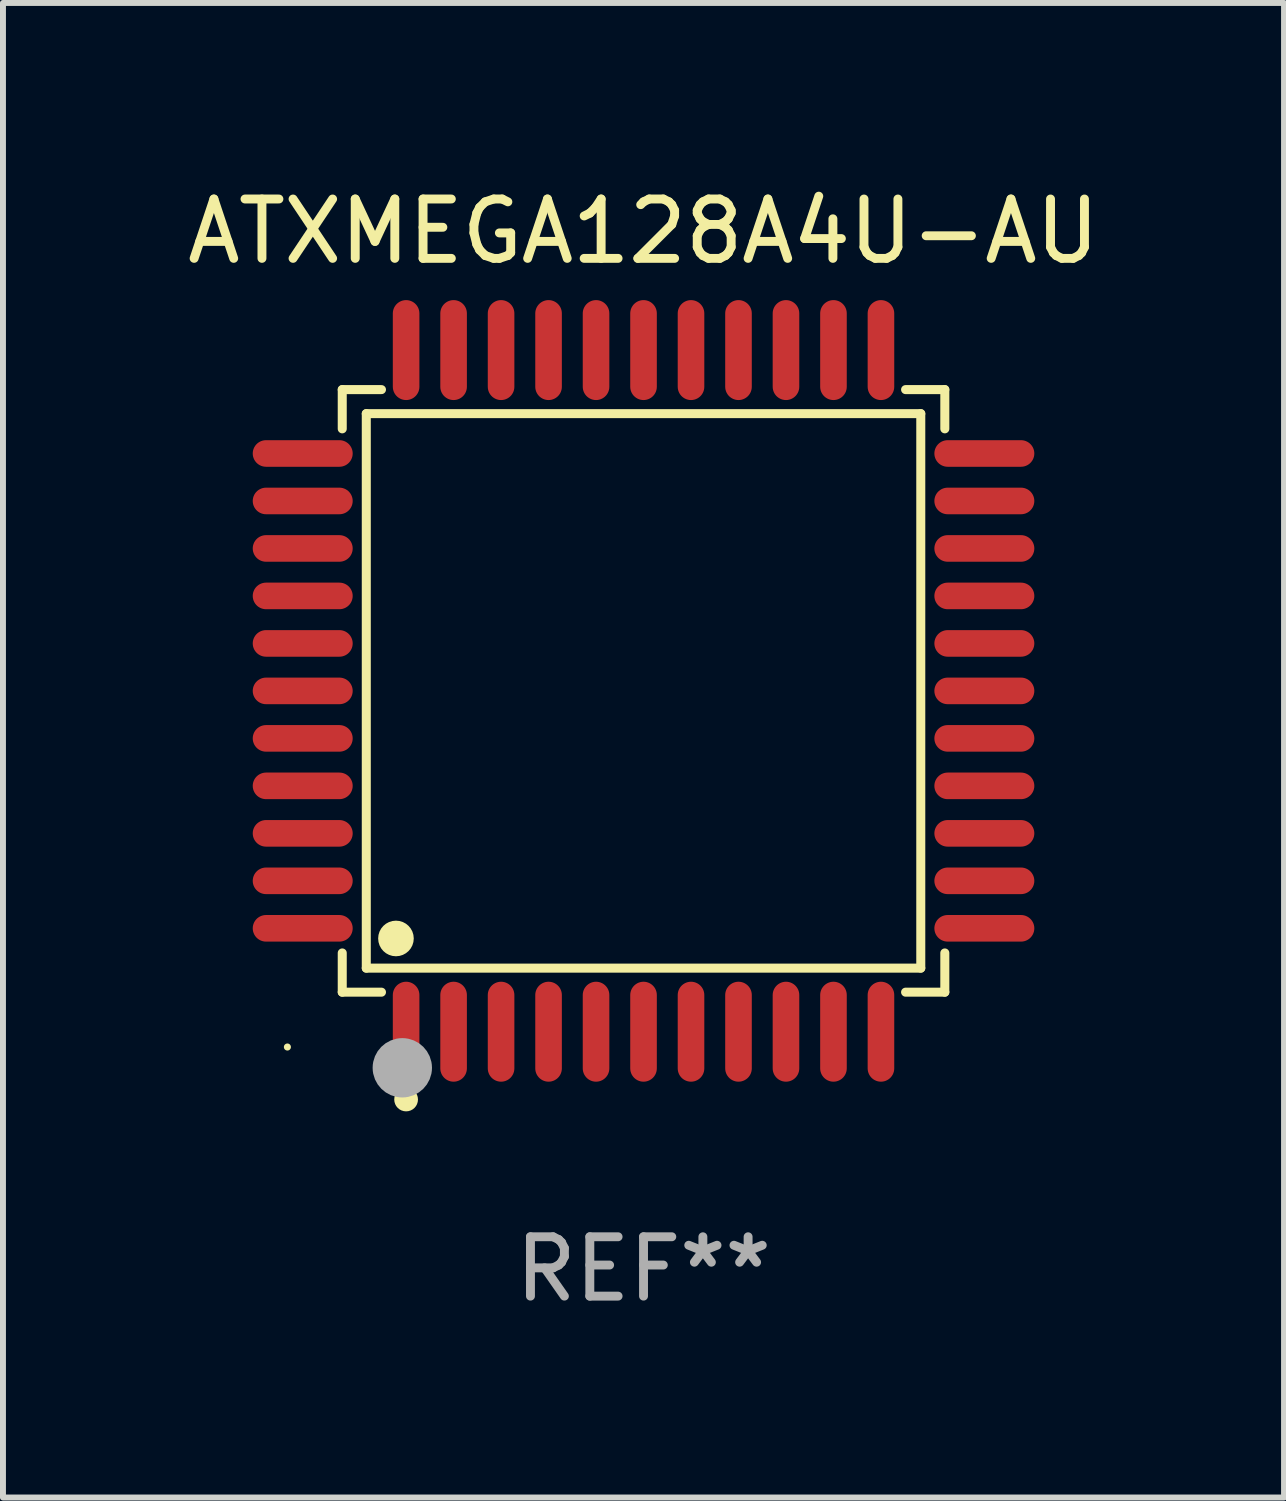
<source format=kicad_pcb>
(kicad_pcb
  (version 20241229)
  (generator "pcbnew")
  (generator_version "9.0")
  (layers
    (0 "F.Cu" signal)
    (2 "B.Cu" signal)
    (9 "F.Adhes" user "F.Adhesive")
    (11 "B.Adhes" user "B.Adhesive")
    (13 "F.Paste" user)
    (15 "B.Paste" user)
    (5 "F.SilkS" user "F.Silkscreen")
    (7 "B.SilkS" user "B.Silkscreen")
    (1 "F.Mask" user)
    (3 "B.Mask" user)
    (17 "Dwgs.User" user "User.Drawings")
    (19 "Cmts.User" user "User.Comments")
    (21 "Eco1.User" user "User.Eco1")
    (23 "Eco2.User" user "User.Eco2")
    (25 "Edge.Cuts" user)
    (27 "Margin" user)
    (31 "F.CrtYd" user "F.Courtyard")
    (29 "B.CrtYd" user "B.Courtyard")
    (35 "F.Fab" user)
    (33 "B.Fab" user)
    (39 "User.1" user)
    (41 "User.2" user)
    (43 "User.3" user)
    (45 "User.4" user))
  (footprint "ATXMEGA128A4U-AU"
    (layer "F.Cu")
    (at 7.792 8.59)
    (property "Reference" "ATXMEGA128A4U-AU" (at 0 -7.742 0) (layer "F.SilkS") (effects (font (size 1 1) (thickness 0.15))))
    (attr through_hole)
    (fp_line (start -5.076 -5.076) (end -4.415 -5.076) (stroke (width 0.152) (type solid)) (layer "F.SilkS"))
    (fp_line (start -5.076 -4.415) (end -5.076 -5.076) (stroke (width 0.152) (type solid)) (layer "F.SilkS"))
    (fp_line (start -5.076 4.415) (end -5.076 5.076) (stroke (width 0.152) (type solid)) (layer "F.SilkS"))
    (fp_line (start -5.076 5.076) (end -4.415 5.076) (stroke (width 0.152) (type solid)) (layer "F.SilkS"))
    (fp_line (start -4.671 -4.671) (end 4.671 -4.671) (stroke (width 0.152) (type solid)) (layer "F.SilkS"))
    (fp_line (start -4.671 4.671) (end -4.671 -4.671) (stroke (width 0.152) (type solid)) (layer "F.SilkS"))
    (fp_line (start 4.671 -4.671) (end 4.671 4.671) (stroke (width 0.152) (type solid)) (layer "F.SilkS"))
    (fp_line (start 4.671 4.671) (end -4.671 4.671) (stroke (width 0.152) (type solid)) (layer "F.SilkS"))
    (fp_line (start 5.076 -5.076) (end 4.415 -5.076) (stroke (width 0.152) (type solid)) (layer "F.SilkS"))
    (fp_line (start 5.076 -4.415) (end 5.076 -5.076) (stroke (width 0.152) (type solid)) (layer "F.SilkS"))
    (fp_line (start 5.076 4.415) (end 5.076 5.076) (stroke (width 0.152) (type solid)) (layer "F.SilkS"))
    (fp_line (start 5.076 5.076) (end 4.415 5.076) (stroke (width 0.152) (type solid)) (layer "F.SilkS"))
    (fp_circle (center -6 6) (end -5.97 6) (stroke (width 0.06) (type solid)) (fill no) (layer "F.SilkS"))
    (fp_circle (center -4.171 4.171) (end -4.021 4.171) (stroke (width 0.3) (type solid)) (fill no) (layer "F.SilkS"))
    (fp_circle (center -4 6.884) (end -3.9 6.884) (stroke (width 0.2) (type solid)) (fill no) (layer "F.SilkS"))
    (fp_circle (center -4.064 6.35) (end -3.814 6.35) (stroke (width 0.5) (type solid)) (fill no) (layer "F.Fab"))
    (fp_text user "REF**" (at 0 9.742 0) (layer "F.Fab") (effects (font (size 1 1) (thickness 0.15))))
    (pad "1" smd oval (at -4 5.742) (size 0.448 1.684) (layers "F.Cu" "F.Mask" "F.Paste"))
    (pad "2" smd oval (at -3.2 5.742) (size 0.448 1.684) (layers "F.Cu" "F.Mask" "F.Paste"))
    (pad "3" smd oval (at -2.4 5.742) (size 0.448 1.684) (layers "F.Cu" "F.Mask" "F.Paste"))
    (pad "4" smd oval (at -1.6 5.742) (size 0.448 1.684) (layers "F.Cu" "F.Mask" "F.Paste"))
    (pad "5" smd oval (at -0.8 5.742) (size 0.448 1.684) (layers "F.Cu" "F.Mask" "F.Paste"))
    (pad "6" smd oval (at 0 5.742) (size 0.448 1.684) (layers "F.Cu" "F.Mask" "F.Paste"))
    (pad "7" smd oval (at 0.8 5.742) (size 0.448 1.684) (layers "F.Cu" "F.Mask" "F.Paste"))
    (pad "8" smd oval (at 1.6 5.742) (size 0.448 1.684) (layers "F.Cu" "F.Mask" "F.Paste"))
    (pad "9" smd oval (at 2.4 5.742) (size 0.448 1.684) (layers "F.Cu" "F.Mask" "F.Paste"))
    (pad "10" smd oval (at 3.2 5.742) (size 0.448 1.684) (layers "F.Cu" "F.Mask" "F.Paste"))
    (pad "11" smd oval (at 4 5.742) (size 0.448 1.684) (layers "F.Cu" "F.Mask" "F.Paste"))
    (pad "12" smd oval (at 5.742 4) (size 1.684 0.448) (layers "F.Cu" "F.Mask" "F.Paste"))
    (pad "13" smd oval (at 5.742 3.2) (size 1.684 0.448) (layers "F.Cu" "F.Mask" "F.Paste"))
    (pad "14" smd oval (at 5.742 2.4) (size 1.684 0.448) (layers "F.Cu" "F.Mask" "F.Paste"))
    (pad "15" smd oval (at 5.742 1.6) (size 1.684 0.448) (layers "F.Cu" "F.Mask" "F.Paste"))
    (pad "16" smd oval (at 5.742 0.8) (size 1.684 0.448) (layers "F.Cu" "F.Mask" "F.Paste"))
    (pad "17" smd oval (at 5.742 0) (size 1.684 0.448) (layers "F.Cu" "F.Mask" "F.Paste"))
    (pad "18" smd oval (at 5.742 -0.8) (size 1.684 0.448) (layers "F.Cu" "F.Mask" "F.Paste"))
    (pad "19" smd oval (at 5.742 -1.6) (size 1.684 0.448) (layers "F.Cu" "F.Mask" "F.Paste"))
    (pad "20" smd oval (at 5.742 -2.4) (size 1.684 0.448) (layers "F.Cu" "F.Mask" "F.Paste"))
    (pad "21" smd oval (at 5.742 -3.2) (size 1.684 0.448) (layers "F.Cu" "F.Mask" "F.Paste"))
    (pad "22" smd oval (at 5.742 -4) (size 1.684 0.448) (layers "F.Cu" "F.Mask" "F.Paste"))
    (pad "23" smd oval (at 4 -5.742) (size 0.448 1.684) (layers "F.Cu" "F.Mask" "F.Paste"))
    (pad "24" smd oval (at 3.2 -5.742) (size 0.448 1.684) (layers "F.Cu" "F.Mask" "F.Paste"))
    (pad "25" smd oval (at 2.4 -5.742) (size 0.448 1.684) (layers "F.Cu" "F.Mask" "F.Paste"))
    (pad "26" smd oval (at 1.6 -5.742) (size 0.448 1.684) (layers "F.Cu" "F.Mask" "F.Paste"))
    (pad "27" smd oval (at 0.8 -5.742) (size 0.448 1.684) (layers "F.Cu" "F.Mask" "F.Paste"))
    (pad "28" smd oval (at 0 -5.742) (size 0.448 1.684) (layers "F.Cu" "F.Mask" "F.Paste"))
    (pad "29" smd oval (at -0.8 -5.742) (size 0.448 1.684) (layers "F.Cu" "F.Mask" "F.Paste"))
    (pad "30" smd oval (at -1.6 -5.742) (size 0.448 1.684) (layers "F.Cu" "F.Mask" "F.Paste"))
    (pad "31" smd oval (at -2.4 -5.742) (size 0.448 1.684) (layers "F.Cu" "F.Mask" "F.Paste"))
    (pad "32" smd oval (at -3.2 -5.742) (size 0.448 1.684) (layers "F.Cu" "F.Mask" "F.Paste"))
    (pad "33" smd oval (at -4 -5.742) (size 0.448 1.684) (layers "F.Cu" "F.Mask" "F.Paste"))
    (pad "34" smd oval (at -5.742 -4) (size 1.684 0.448) (layers "F.Cu" "F.Mask" "F.Paste"))
    (pad "35" smd oval (at -5.742 -3.2) (size 1.684 0.448) (layers "F.Cu" "F.Mask" "F.Paste"))
    (pad "36" smd oval (at -5.742 -2.4) (size 1.684 0.448) (layers "F.Cu" "F.Mask" "F.Paste"))
    (pad "37" smd oval (at -5.742 -1.6) (size 1.684 0.448) (layers "F.Cu" "F.Mask" "F.Paste"))
    (pad "38" smd oval (at -5.742 -0.8) (size 1.684 0.448) (layers "F.Cu" "F.Mask" "F.Paste"))
    (pad "39" smd oval (at -5.742 0) (size 1.684 0.448) (layers "F.Cu" "F.Mask" "F.Paste"))
    (pad "40" smd oval (at -5.742 0.8) (size 1.684 0.448) (layers "F.Cu" "F.Mask" "F.Paste"))
    (pad "41" smd oval (at -5.742 1.6) (size 1.684 0.448) (layers "F.Cu" "F.Mask" "F.Paste"))
    (pad "42" smd oval (at -5.742 2.4) (size 1.684 0.448) (layers "F.Cu" "F.Mask" "F.Paste"))
    (pad "43" smd oval (at -5.742 3.2) (size 1.684 0.448) (layers "F.Cu" "F.Mask" "F.Paste"))
    (pad "44" smd oval (at -5.742 4) (size 1.684 0.448) (layers "F.Cu" "F.Mask" "F.Paste")))
  (gr_rect
    (start -3 -3)
    (end 18.583 22.18)
    (stroke (width 0.1) (type default))
    (fill no)
    (layer "Edge.Cuts")))
</source>
